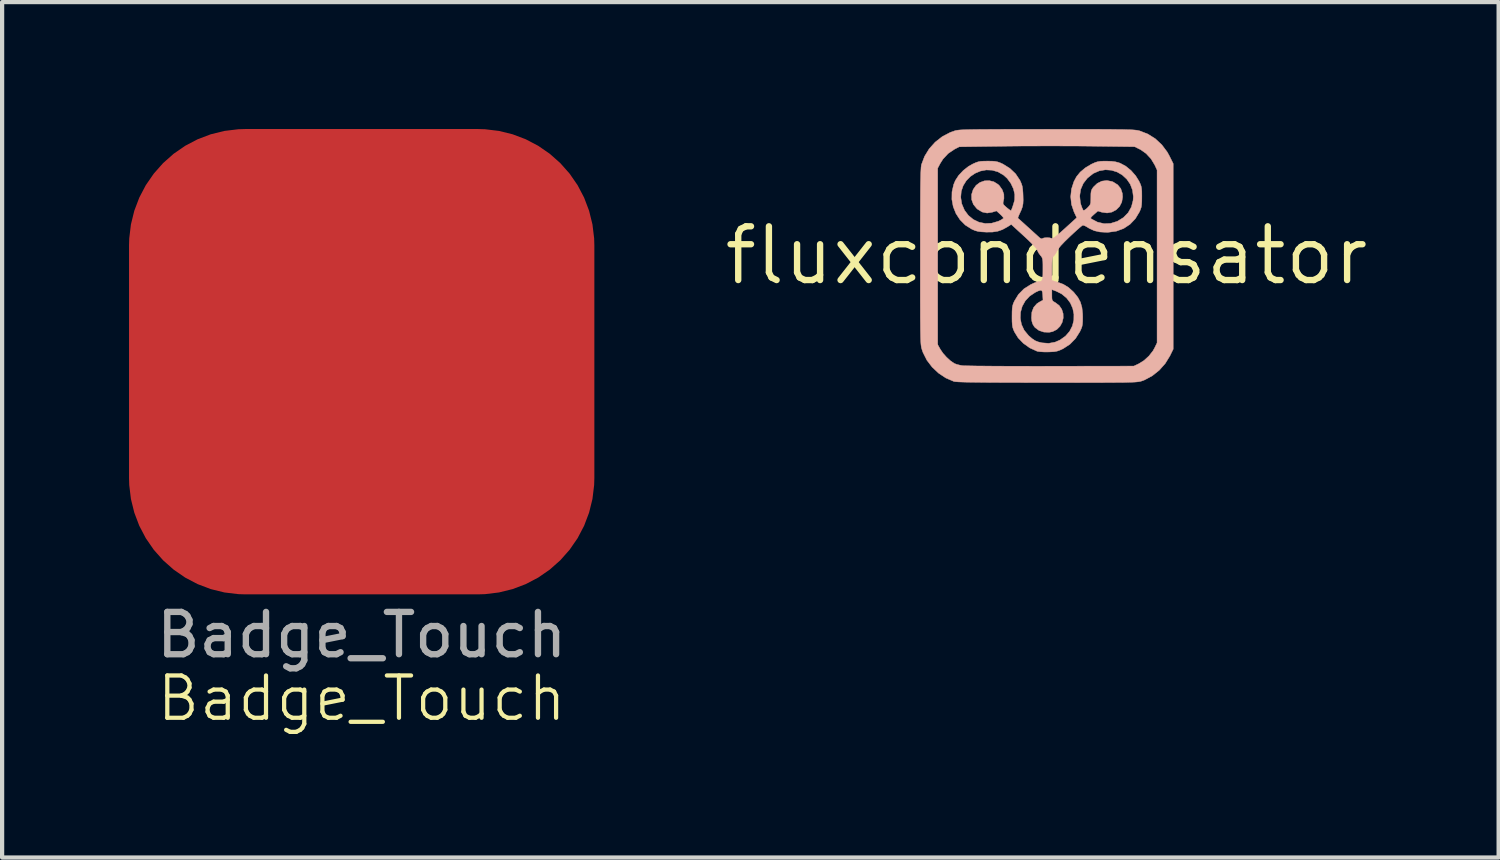
<source format=kicad_pcb>
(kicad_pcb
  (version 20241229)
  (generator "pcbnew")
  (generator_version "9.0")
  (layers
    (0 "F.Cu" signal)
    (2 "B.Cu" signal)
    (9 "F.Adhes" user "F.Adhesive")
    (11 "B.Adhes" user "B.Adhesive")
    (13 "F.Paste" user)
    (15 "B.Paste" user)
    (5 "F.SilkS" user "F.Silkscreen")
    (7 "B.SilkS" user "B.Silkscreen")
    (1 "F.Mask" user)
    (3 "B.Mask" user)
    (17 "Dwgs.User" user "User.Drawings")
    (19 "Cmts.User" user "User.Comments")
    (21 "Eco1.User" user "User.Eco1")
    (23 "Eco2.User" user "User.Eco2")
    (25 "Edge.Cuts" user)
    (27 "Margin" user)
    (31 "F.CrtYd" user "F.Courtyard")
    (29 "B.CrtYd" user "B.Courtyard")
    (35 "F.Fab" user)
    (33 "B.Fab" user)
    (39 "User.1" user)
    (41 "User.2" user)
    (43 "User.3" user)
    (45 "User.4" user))
  (footprint "fluxcondensator"
    (layer "F.Cu")
    (at 21.688 2.99)
    (property "Reference" "fluxcondensator" (at 0 0 0) (layer "F.SilkS") (effects (font (size 1.27 1.27) (thickness 0.15))))
    (attr through_hole)
    (fp_poly (pts (xy 0.352 -2.984) (xy 0.654 -2.984) (xy 0.92 -2.984) (xy 1.151 -2.984) (xy 1.35 -2.983) (xy 1.521 -2.982) (xy 1.664 -2.98) (xy 1.784 -2.979) (xy 1.883 -2.976) (xy 1.964 -2.974) (xy 2.028 -2.971) (xy 2.08 -2.967) (xy 2.121 -2.963) (xy 2.153 -2.958) (xy 2.181 -2.952) (xy 2.204 -2.946) (xy 2.397 -2.871) (xy 2.573 -2.76) (xy 2.727 -2.616) (xy 2.855 -2.445) (xy 2.906 -2.352) (xy 2.995 -2.173) (xy 2.995 2.214) (xy 2.915 2.377) (xy 2.805 2.555) (xy 2.665 2.712) (xy 2.501 2.843) (xy 2.321 2.94) (xy 2.248 2.967) (xy 2.227 2.974) (xy 2.203 2.979) (xy 2.173 2.984) (xy 2.135 2.988) (xy 2.086 2.992) (xy 2.024 2.995) (xy 1.945 2.997) (xy 1.849 3) (xy 1.731 3.001) (xy 1.589 3.002) (xy 1.421 3.003) (xy 1.224 3.004) (xy 0.995 3.004) (xy 0.733 3.005) (xy 0.434 3.004) (xy 0.096 3.004) (xy 0.013 3.004) (xy -0.352 3.004) (xy -0.677 3.003) (xy -0.963 3.003) (xy -1.213 3.001) (xy -1.43 3) (xy -1.614 2.998) (xy -1.769 2.996) (xy -1.896 2.994) (xy -1.998 2.991) (xy -2.077 2.988) (xy -2.134 2.984) (xy -2.172 2.98) (xy -2.191 2.976) (xy -2.378 2.896) (xy -2.551 2.781) (xy -2.703 2.638) (xy -2.828 2.474) (xy -2.919 2.293) (xy -2.942 2.227) (xy -2.949 2.203) (xy -2.956 2.179) (xy -2.961 2.15) (xy -2.966 2.114) (xy -2.97 2.07) (xy -2.973 2.014) (xy -2.976 1.943) (xy -2.978 1.855) (xy -2.98 1.747) (xy -2.981 1.617) (xy -2.983 1.462) (xy -2.983 1.279) (xy -2.984 1.066) (xy -2.984 0.82) (xy -2.984 0.539) (xy -2.984 0.219) (xy -2.984 0.024) (xy -2.984 -0.332) (xy -2.984 -0.648) (xy -2.983 -0.926) (xy -2.982 -1.169) (xy -2.981 -1.379) (xy -2.98 -1.558) (xy -2.978 -1.709) (xy -2.975 -1.833) (xy -2.973 -1.934) (xy -2.969 -2.013) (xy -2.966 -2.064) (xy -2.572 -2.064) (xy -2.572 2.106) (xy -2.509 2.219) (xy -2.447 2.31) (xy -2.364 2.403) (xy -2.273 2.487) (xy -2.186 2.547) (xy -2.176 2.553) (xy -2.12 2.574) (xy -2.044 2.593) (xy -1.994 2.602) (xy -1.956 2.605) (xy -1.878 2.607) (xy -1.764 2.609) (xy -1.618 2.612) (xy -1.442 2.613) (xy -1.239 2.615) (xy -1.014 2.616) (xy -0.768 2.617) (xy -0.505 2.617) (xy -0.229 2.618) (xy 0.058 2.617) (xy 0.095 2.617) (xy 2.064 2.614) (xy 2.181 2.559) (xy 2.305 2.482) (xy 2.421 2.376) (xy 2.517 2.254) (xy 2.558 2.18) (xy 2.614 2.064) (xy 2.614 -2.021) (xy 2.558 -2.142) (xy 2.47 -2.287) (xy 2.355 -2.411) (xy 2.223 -2.504) (xy 2.204 -2.513) (xy 2.085 -2.572) (xy 1.069 -2.585) (xy 0.82 -2.588) (xy 0.539 -2.589) (xy 0.239 -2.59) (xy -0.07 -2.59) (xy -0.376 -2.589) (xy -0.668 -2.588) (xy -0.935 -2.585) (xy -1.005 -2.584) (xy -2.064 -2.57) (xy -2.176 -2.512) (xy -2.324 -2.412) (xy -2.447 -2.28) (xy -2.513 -2.176) (xy -2.572 -2.064) (xy -2.966 -2.064) (xy -2.966 -2.073) (xy -2.961 -2.116) (xy -2.957 -2.144) (xy -2.956 -2.148) (xy -2.882 -2.344) (xy -2.773 -2.522) (xy -2.632 -2.679) (xy -2.465 -2.81) (xy -2.277 -2.909) (xy -2.16 -2.951) (xy -2.138 -2.956) (xy -2.108 -2.961) (xy -2.07 -2.966) (xy -2.019 -2.97) (xy -1.955 -2.973) (xy -1.874 -2.976) (xy -1.773 -2.978) (xy -1.65 -2.98) (xy -1.503 -2.981) (xy -1.329 -2.982) (xy -1.125 -2.983) (xy -0.888 -2.984) (xy -0.617 -2.984) (xy -0.309 -2.984) (xy 0.01 -2.985) (xy 0.352 -2.984)) (stroke (width 0.01) (type solid)) (fill yes) (layer "B.SilkS"))
    (fp_poly (pts (xy -1.285 -2.231) (xy -1.213 -2.225) (xy -1.154 -2.213) (xy -1.095 -2.192) (xy -1.028 -2.161) (xy -0.866 -2.06) (xy -0.731 -1.932) (xy -0.63 -1.781) (xy -0.623 -1.767) (xy -0.594 -1.701) (xy -0.574 -1.64) (xy -0.563 -1.57) (xy -0.556 -1.479) (xy -0.554 -1.423) (xy -0.551 -1.31) (xy -0.555 -1.224) (xy -0.569 -1.151) (xy -0.596 -1.076) (xy -0.638 -0.985) (xy -0.641 -0.979) (xy -0.664 -0.925) (xy -0.676 -0.89) (xy -0.675 -0.883) (xy -0.658 -0.868) (xy -0.614 -0.829) (xy -0.551 -0.772) (xy -0.473 -0.701) (xy -0.434 -0.666) (xy -0.349 -0.589) (xy -0.271 -0.518) (xy -0.209 -0.462) (xy -0.169 -0.425) (xy -0.16 -0.418) (xy -0.119 -0.394) (xy -0.097 -0.402) (xy -0.061 -0.416) (xy -0.002 -0.422) (xy 0.063 -0.42) (xy 0.114 -0.409) (xy 0.125 -0.404) (xy 0.146 -0.405) (xy 0.184 -0.427) (xy 0.243 -0.471) (xy 0.325 -0.541) (xy 0.434 -0.638) (xy 0.435 -0.639) (xy 0.715 -0.894) (xy 0.65 -1.033) (xy 0.591 -1.207) (xy 0.572 -1.389) (xy 0.574 -1.41) (xy 0.785 -1.41) (xy 0.801 -1.251) (xy 0.815 -1.198) (xy 0.839 -1.131) (xy 0.861 -1.083) (xy 0.873 -1.066) (xy 0.898 -1.072) (xy 0.941 -1.102) (xy 0.971 -1.13) (xy 1.009 -1.171) (xy 1.032 -1.205) (xy 1.044 -1.247) (xy 1.047 -1.309) (xy 1.048 -1.373) (xy 1.049 -1.46) (xy 1.056 -1.519) (xy 1.072 -1.563) (xy 1.1 -1.606) (xy 1.109 -1.618) (xy 1.2 -1.705) (xy 1.308 -1.758) (xy 1.427 -1.773) (xy 1.547 -1.75) (xy 1.577 -1.738) (xy 1.684 -1.67) (xy 1.756 -1.581) (xy 1.793 -1.468) (xy 1.799 -1.384) (xy 1.78 -1.264) (xy 1.727 -1.16) (xy 1.647 -1.08) (xy 1.547 -1.027) (xy 1.433 -1.006) (xy 1.311 -1.023) (xy 1.31 -1.023) (xy 1.215 -1.052) (xy 1.121 -0.97) (xy 1.069 -0.922) (xy 1.047 -0.893) (xy 1.05 -0.874) (xy 1.058 -0.867) (xy 1.206 -0.789) (xy 1.36 -0.753) (xy 1.515 -0.759) (xy 1.67 -0.807) (xy 1.679 -0.811) (xy 1.82 -0.898) (xy 1.931 -1.012) (xy 2.007 -1.148) (xy 2.047 -1.303) (xy 2.053 -1.392) (xy 2.033 -1.547) (xy 1.98 -1.686) (xy 1.898 -1.805) (xy 1.793 -1.902) (xy 1.67 -1.974) (xy 1.535 -2.016) (xy 1.393 -2.027) (xy 1.25 -2.003) (xy 1.11 -1.942) (xy 1.101 -1.936) (xy 0.968 -1.831) (xy 0.87 -1.705) (xy 0.808 -1.563) (xy 0.785 -1.41) (xy 0.574 -1.41) (xy 0.591 -1.572) (xy 0.648 -1.748) (xy 0.709 -1.863) (xy 0.798 -1.972) (xy 0.918 -2.073) (xy 1.058 -2.157) (xy 1.077 -2.166) (xy 1.148 -2.198) (xy 1.208 -2.217) (xy 1.271 -2.227) (xy 1.352 -2.231) (xy 1.418 -2.231) (xy 1.536 -2.227) (xy 1.626 -2.216) (xy 1.706 -2.195) (xy 1.742 -2.182) (xy 1.873 -2.112) (xy 1.998 -2.01) (xy 2.107 -1.886) (xy 2.185 -1.761) (xy 2.216 -1.696) (xy 2.236 -1.642) (xy 2.247 -1.587) (xy 2.253 -1.52) (xy 2.254 -1.426) (xy 2.254 -1.387) (xy 2.253 -1.279) (xy 2.248 -1.201) (xy 2.239 -1.141) (xy 2.221 -1.087) (xy 2.198 -1.033) (xy 2.1 -0.87) (xy 1.974 -0.738) (xy 1.824 -0.639) (xy 1.653 -0.576) (xy 1.461 -0.549) (xy 1.418 -0.548) (xy 1.261 -0.557) (xy 1.129 -0.587) (xy 1.01 -0.642) (xy 0.967 -0.669) (xy 0.912 -0.7) (xy 0.868 -0.715) (xy 0.857 -0.716) (xy 0.833 -0.7) (xy 0.783 -0.659) (xy 0.715 -0.599) (xy 0.633 -0.524) (xy 0.56 -0.456) (xy 0.432 -0.332) (xy 0.337 -0.232) (xy 0.277 -0.157) (xy 0.254 -0.118) (xy 0.22 -0.054) (xy 0.182 -0.001) (xy 0.172 0.009) (xy 0.153 0.028) (xy 0.141 0.054) (xy 0.133 0.093) (xy 0.129 0.153) (xy 0.127 0.242) (xy 0.127 0.319) (xy 0.127 0.59) (xy 0.249 0.625) (xy 0.395 0.679) (xy 0.519 0.754) (xy 0.635 0.859) (xy 0.652 0.878) (xy 0.741 0.989) (xy 0.802 1.103) (xy 0.838 1.229) (xy 0.854 1.38) (xy 0.856 1.45) (xy 0.855 1.551) (xy 0.85 1.623) (xy 0.839 1.681) (xy 0.818 1.737) (xy 0.789 1.799) (xy 0.687 1.961) (xy 0.554 2.097) (xy 0.395 2.201) (xy 0.383 2.207) (xy 0.311 2.24) (xy 0.249 2.261) (xy 0.183 2.273) (xy 0.096 2.278) (xy 0.043 2.28) (xy -0.053 2.28) (xy -0.14 2.275) (xy -0.204 2.267) (xy -0.222 2.263) (xy -0.395 2.184) (xy -0.546 2.076) (xy -0.67 1.947) (xy -0.758 1.805) (xy -0.783 1.747) (xy -0.8 1.695) (xy -0.809 1.636) (xy -0.814 1.561) (xy -0.815 1.486) (xy -0.619 1.486) (xy -0.591 1.63) (xy -0.528 1.766) (xy -0.428 1.888) (xy -0.418 1.898) (xy -0.338 1.967) (xy -0.269 2.013) (xy -0.196 2.042) (xy -0.107 2.064) (xy 0.052 2.076) (xy 0.206 2.047) (xy 0.32 1.997) (xy 0.449 1.905) (xy 0.547 1.792) (xy 0.612 1.665) (xy 0.646 1.528) (xy 0.648 1.387) (xy 0.62 1.249) (xy 0.562 1.119) (xy 0.474 1.003) (xy 0.357 0.907) (xy 0.231 0.844) (xy 0.127 0.805) (xy 0.127 0.937) (xy 0.128 1.009) (xy 0.135 1.053) (xy 0.155 1.08) (xy 0.192 1.104) (xy 0.206 1.111) (xy 0.3 1.182) (xy 0.361 1.272) (xy 0.393 1.374) (xy 0.395 1.479) (xy 0.37 1.582) (xy 0.319 1.674) (xy 0.243 1.749) (xy 0.144 1.799) (xy 0.065 1.815) (xy -0.062 1.81) (xy -0.177 1.772) (xy -0.269 1.704) (xy -0.291 1.678) (xy -0.327 1.618) (xy -0.347 1.55) (xy -0.355 1.474) (xy -0.346 1.338) (xy -0.303 1.226) (xy -0.227 1.139) (xy -0.174 1.104) (xy -0.083 1.054) (xy -0.089 0.934) (xy -0.096 0.866) (xy -0.111 0.829) (xy -0.143 0.821) (xy -0.198 0.839) (xy -0.265 0.871) (xy -0.398 0.96) (xy -0.502 1.072) (xy -0.574 1.201) (xy -0.613 1.341) (xy -0.619 1.486) (xy -0.815 1.486) (xy -0.815 1.456) (xy -0.815 1.439) (xy -0.814 1.329) (xy -0.81 1.25) (xy -0.801 1.191) (xy -0.786 1.139) (xy -0.762 1.084) (xy -0.76 1.079) (xy -0.662 0.919) (xy -0.534 0.789) (xy -0.377 0.689) (xy -0.301 0.653) (xy -0.236 0.627) (xy -0.194 0.614) (xy -0.189 0.614) (xy -0.147 0.612) (xy -0.118 0.601) (xy -0.1 0.576) (xy -0.09 0.529) (xy -0.086 0.453) (xy -0.085 0.343) (xy -0.085 0.327) (xy -0.085 0.217) (xy -0.087 0.141) (xy -0.093 0.09) (xy -0.103 0.054) (xy -0.12 0.025) (xy -0.145 -0.005) (xy -0.187 -0.062) (xy -0.215 -0.118) (xy -0.219 -0.13) (xy -0.241 -0.167) (xy -0.294 -0.228) (xy -0.376 -0.312) (xy -0.484 -0.415) (xy -0.533 -0.46) (xy -0.833 -0.735) (xy -0.928 -0.675) (xy -1.041 -0.613) (xy -1.152 -0.574) (xy -1.275 -0.555) (xy -1.424 -0.553) (xy -1.437 -0.554) (xy -1.543 -0.56) (xy -1.622 -0.571) (xy -1.688 -0.589) (xy -1.755 -0.618) (xy -1.768 -0.624) (xy -1.92 -0.72) (xy -2.044 -0.845) (xy -2.14 -0.992) (xy -2.205 -1.155) (xy -2.237 -1.328) (xy -2.236 -1.375) (xy -2.027 -1.375) (xy -2.003 -1.223) (xy -2.003 -1.222) (xy -1.939 -1.071) (xy -1.846 -0.947) (xy -1.729 -0.851) (xy -1.595 -0.787) (xy -1.448 -0.757) (xy -1.295 -0.764) (xy -1.14 -0.809) (xy -1.127 -0.815) (xy -1.067 -0.845) (xy -1.027 -0.872) (xy -1.016 -0.885) (xy -1.031 -0.91) (xy -1.068 -0.951) (xy -1.099 -0.98) (xy -1.182 -1.055) (xy -1.284 -1.023) (xy -1.404 -1.004) (xy -1.518 -1.028) (xy -1.627 -1.093) (xy -1.649 -1.112) (xy -1.728 -1.209) (xy -1.769 -1.321) (xy -1.771 -1.442) (xy -1.733 -1.561) (xy -1.664 -1.659) (xy -1.573 -1.727) (xy -1.467 -1.765) (xy -1.354 -1.77) (xy -1.244 -1.743) (xy -1.145 -1.681) (xy -1.112 -1.649) (xy -1.045 -1.552) (xy -1.008 -1.447) (xy -1.006 -1.347) (xy -1.013 -1.316) (xy -1.025 -1.261) (xy -1.025 -1.22) (xy -1.024 -1.218) (xy -1.005 -1.192) (xy -0.966 -1.155) (xy -0.919 -1.115) (xy -0.875 -1.081) (xy -0.845 -1.062) (xy -0.838 -1.062) (xy -0.822 -1.095) (xy -0.8 -1.154) (xy -0.778 -1.224) (xy -0.759 -1.29) (xy -0.753 -1.319) (xy -0.75 -1.444) (xy -0.781 -1.576) (xy -0.842 -1.705) (xy -0.928 -1.822) (xy -1.012 -1.899) (xy -1.145 -1.977) (xy -1.284 -2.017) (xy -1.424 -2.023) (xy -1.56 -1.997) (xy -1.687 -1.944) (xy -1.801 -1.867) (xy -1.897 -1.768) (xy -1.97 -1.65) (xy -2.015 -1.518) (xy -2.027 -1.375) (xy -2.236 -1.375) (xy -2.234 -1.504) (xy -2.194 -1.679) (xy -2.154 -1.774) (xy -2.076 -1.894) (xy -1.968 -2.009) (xy -1.842 -2.108) (xy -1.742 -2.164) (xy -1.671 -2.196) (xy -1.612 -2.216) (xy -1.552 -2.227) (xy -1.475 -2.231) (xy -1.386 -2.232) (xy -1.285 -2.231)) (stroke (width 0.01) (type solid)) (fill yes) (layer "B.SilkS")))
  (footprint "Badge_Touch"
    (layer "F.Cu")
    (at 5.5 5.46)
    (property "Reference" "Badge_Touch" (at 0 8 0) (unlocked yes) (layer "F.SilkS") (effects (font (size 1 1) (thickness 0.1))))
    (fp_text user "${REFERENCE}" (at 0 6.5 0) (unlocked yes) (layer "F.Fab") (effects (font (size 1 1) (thickness 0.15))))
    (pad "1" smd roundrect (at 0 0.04) (size 11 11) (layers "F.Cu" "F.Mask") (roundrect_rratio 0.25)))
  (gr_rect
    (start -3 -3)
    (end 32.376 17.221)
    (stroke (width 0.1) (type default))
    (fill no)
    (layer "Edge.Cuts")))
</source>
